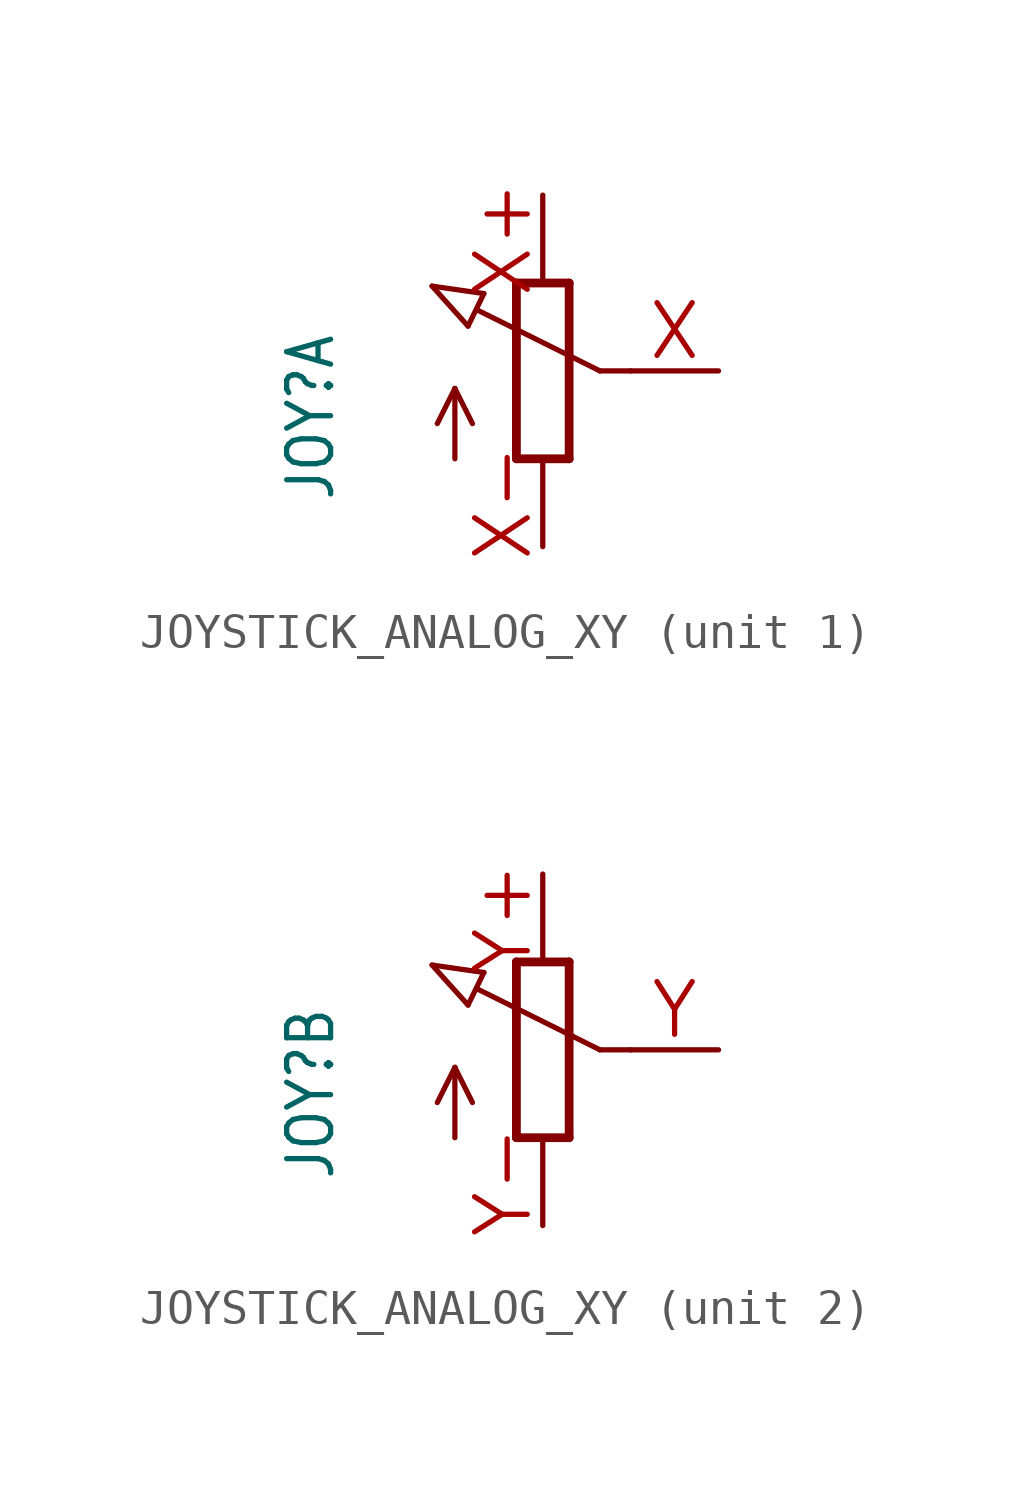
<source format=kicad_sym>
(kicad_symbol_lib
  (version 20241209)
  (generator "kicad_symbol_editor")
  (generator_version "9.0")
  (symbol "JOYSTICK_ANALOG_XY"
    (property "Reference" "JOY"
      (at -5.969 -3.81 90)
      (effects (font (size 1.27 1.079)) (justify left bottom)))
    (property "Value" ""
      (at -3.81 -3.81 90)
      (effects (font (size 1.27 1.079)) (justify left bottom)))
    (property "ki_locked" ""
      (at 0 0 0)
      (effects (font (size 1.27 1.27))))
    (symbol "JOYSTICK_ANALOG_XY_1_0"
      (polyline (pts (xy -3.199 2.45) (xy -1.702 2.235)) (stroke (width 0.152) (type solid)) (fill (type none)))
      (polyline (pts (xy -2.54 -0.508) (xy -3.048 -1.524)) (stroke (width 0.152) (type solid)) (fill (type none)))
      (polyline (pts (xy -2.54 -0.508) (xy -2.032 -1.524)) (stroke (width 0.152) (type solid)) (fill (type none)))
      (polyline (pts (xy -2.54 -2.54) (xy -2.54 -0.508)) (stroke (width 0.152) (type solid)) (fill (type none)))
      (polyline (pts (xy -2.16 1.294) (xy -3.199 2.45)) (stroke (width 0.152) (type solid)) (fill (type none)))
      (polyline (pts (xy -2.16 1.294) (xy -1.702 2.235)) (stroke (width 0.152) (type solid)) (fill (type none)))
      (polyline (pts (xy -0.762 2.54) (xy -0.762 -2.54)) (stroke (width 0.254) (type solid)) (fill (type none)))
      (polyline (pts (xy -0.762 -2.54) (xy 0.762 -2.54)) (stroke (width 0.254) (type solid)) (fill (type none)))
      (polyline (pts (xy 0.762 2.54) (xy -0.762 2.54)) (stroke (width 0.254) (type solid)) (fill (type none)))
      (polyline (pts (xy 0.762 -2.54) (xy 0.762 2.54)) (stroke (width 0.254) (type solid)) (fill (type none)))
      (polyline (pts (xy 1.651 0) (xy -1.88 1.753)) (stroke (width 0.152) (type solid)) (fill (type none)))
      (polyline (pts (xy 2.54 0) (xy 1.651 0)) (stroke (width 0.152) (type solid)) (fill (type none)))
      (pin passive line (at 0 5.08 270) (length 2.54) (name "E" (effects (font (size 0 0)))) (number "X+" (effects (font (size 1.524 1.524)))))
      (pin passive line (at 0 -5.08 90) (length 2.54) (name "A" (effects (font (size 0 0)))) (number "X-" (effects (font (size 1.524 1.524)))))
      (pin passive line (at 5.08 0 180) (length 2.54) (name "S" (effects (font (size 0 0)))) (number "X" (effects (font (size 1.524 1.524))))))
    (symbol "JOYSTICK_ANALOG_XY_2_0"
      (polyline (pts (xy -3.199 2.45) (xy -1.702 2.235)) (stroke (width 0.152) (type solid)) (fill (type none)))
      (polyline (pts (xy -2.54 -0.508) (xy -3.048 -1.524)) (stroke (width 0.152) (type solid)) (fill (type none)))
      (polyline (pts (xy -2.54 -0.508) (xy -2.032 -1.524)) (stroke (width 0.152) (type solid)) (fill (type none)))
      (polyline (pts (xy -2.54 -2.54) (xy -2.54 -0.508)) (stroke (width 0.152) (type solid)) (fill (type none)))
      (polyline (pts (xy -2.16 1.294) (xy -3.199 2.45)) (stroke (width 0.152) (type solid)) (fill (type none)))
      (polyline (pts (xy -2.16 1.294) (xy -1.702 2.235)) (stroke (width 0.152) (type solid)) (fill (type none)))
      (polyline (pts (xy -0.762 2.54) (xy -0.762 -2.54)) (stroke (width 0.254) (type solid)) (fill (type none)))
      (polyline (pts (xy -0.762 -2.54) (xy 0.762 -2.54)) (stroke (width 0.254) (type solid)) (fill (type none)))
      (polyline (pts (xy 0.762 2.54) (xy -0.762 2.54)) (stroke (width 0.254) (type solid)) (fill (type none)))
      (polyline (pts (xy 0.762 -2.54) (xy 0.762 2.54)) (stroke (width 0.254) (type solid)) (fill (type none)))
      (polyline (pts (xy 1.651 0) (xy -1.88 1.753)) (stroke (width 0.152) (type solid)) (fill (type none)))
      (polyline (pts (xy 2.54 0) (xy 1.651 0)) (stroke (width 0.152) (type solid)) (fill (type none)))
      (pin passive line (at 0 5.08 270) (length 2.54) (name "E" (effects (font (size 0 0)))) (number "Y+" (effects (font (size 1.524 1.524)))))
      (pin passive line (at 0 -5.08 90) (length 2.54) (name "A" (effects (font (size 0 0)))) (number "Y-" (effects (font (size 1.524 1.524)))))
      (pin passive line (at 5.08 0 180) (length 2.54) (name "S" (effects (font (size 0 0)))) (number "Y" (effects (font (size 1.524 1.524))))))))
</source>
